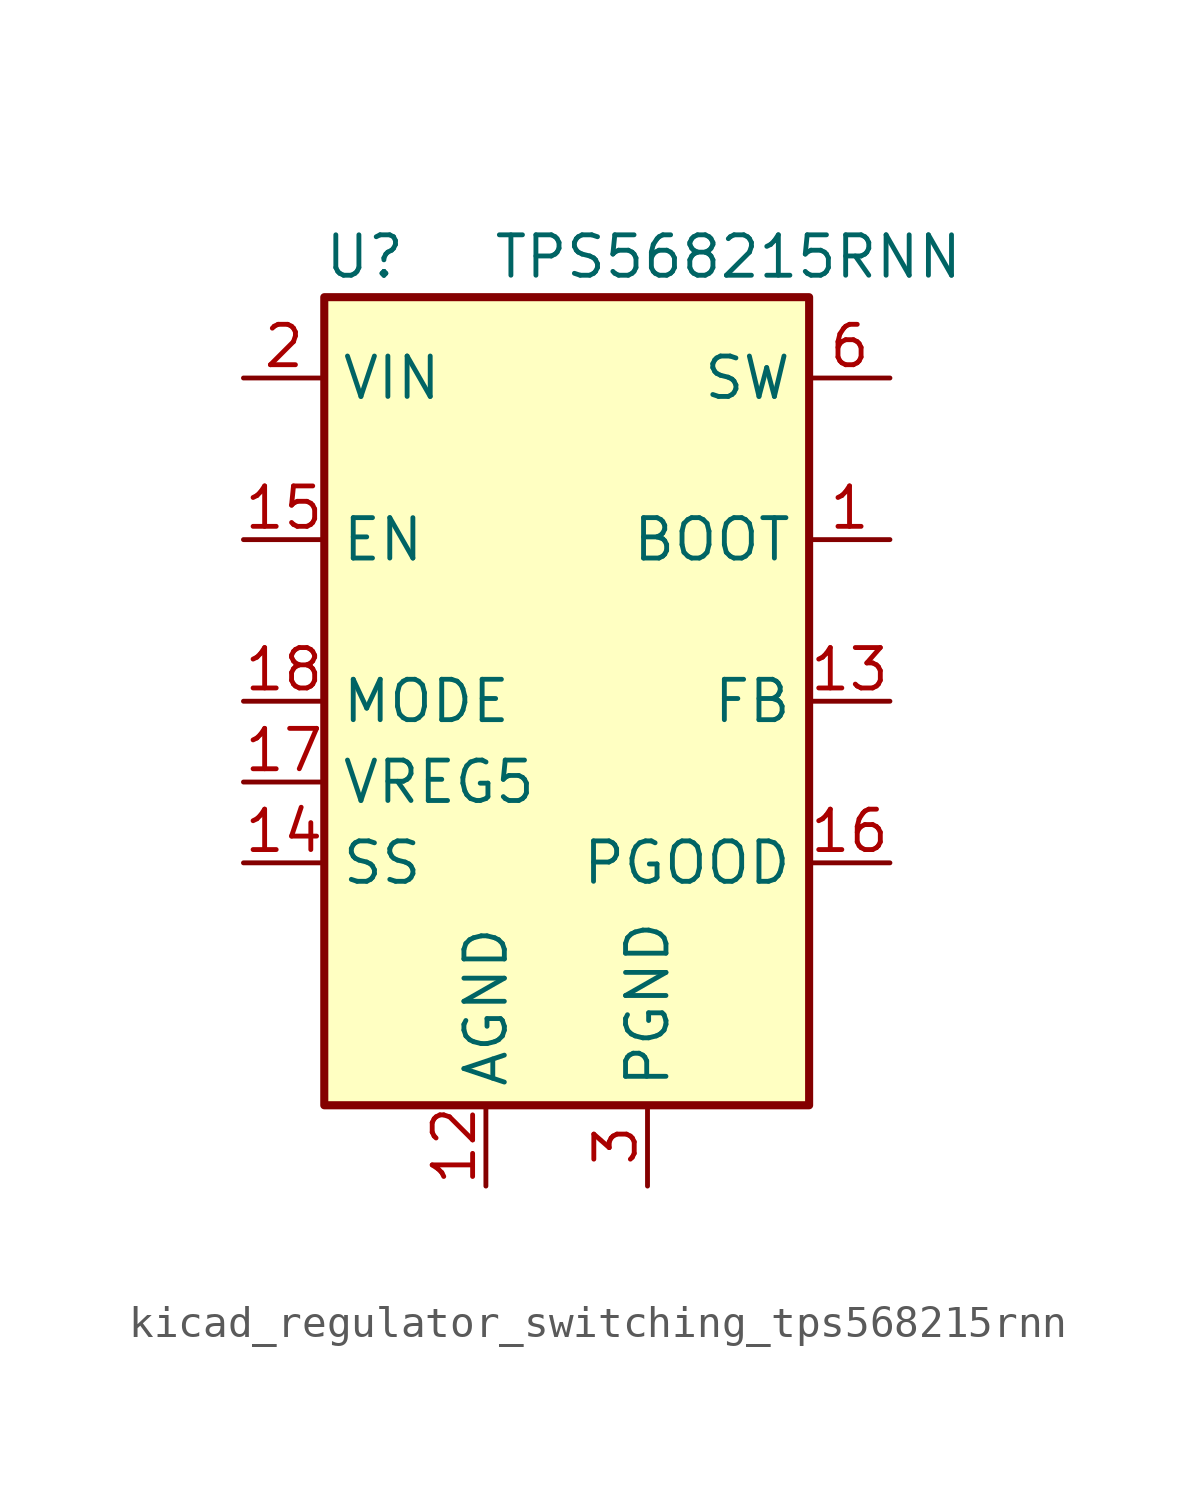
<source format=kicad_sym>
(kicad_symbol_lib
  (version 20220914)
  (generator kicad_symbol_editor)
  (symbol "kicad_regulator_switching_tps568215rnn"
    (property "Reference" "U"
      (at -6.35 13.97 0)
      (effects (font (size 1.27 1.27))))
    (property "Value" "TPS568215RNN"
      (at 5.08 13.97 0)
      (effects (font (size 1.27 1.27))))
    (symbol "kicad_regulator_switching_tps568215rnn_0_1"
      (rectangle (start -7.62 12.7) (end 7.62 -12.7) (stroke (width 0.254) (type default)) (fill (type background))))
    (symbol "kicad_regulator_switching_tps568215rnn_1_1"
      (pin passive line (at 10.16 5.08 180) (length 2.54) (name "BOOT" (effects (font (size 1.27 1.27)))) (number "1" (effects (font (size 1.27 1.27)))))
      (pin passive line (at 2.54 -15.24 90) (length 2.54) hide (name "PGND" (effects (font (size 1.27 1.27)))) (number "10" (effects (font (size 1.27 1.27)))))
      (pin passive line (at -10.16 10.16 0) (length 2.54) hide (name "VIN" (effects (font (size 1.27 1.27)))) (number "11" (effects (font (size 1.27 1.27)))))
      (pin power_in line (at -2.54 -15.24 90) (length 2.54) (name "AGND" (effects (font (size 1.27 1.27)))) (number "12" (effects (font (size 1.27 1.27)))))
      (pin input line (at 10.16 0 180) (length 2.54) (name "FB" (effects (font (size 1.27 1.27)))) (number "13" (effects (font (size 1.27 1.27)))))
      (pin passive line (at -10.16 -5.08 0) (length 2.54) (name "SS" (effects (font (size 1.27 1.27)))) (number "14" (effects (font (size 1.27 1.27)))))
      (pin input line (at -10.16 5.08 0) (length 2.54) (name "EN" (effects (font (size 1.27 1.27)))) (number "15" (effects (font (size 1.27 1.27)))))
      (pin open_collector line (at 10.16 -5.08 180) (length 2.54) (name "PGOOD" (effects (font (size 1.27 1.27)))) (number "16" (effects (font (size 1.27 1.27)))))
      (pin passive line (at -10.16 -2.54 0) (length 2.54) (name "VREG5" (effects (font (size 1.27 1.27)))) (number "17" (effects (font (size 1.27 1.27)))))
      (pin input line (at -10.16 0 0) (length 2.54) (name "MODE" (effects (font (size 1.27 1.27)))) (number "18" (effects (font (size 1.27 1.27)))))
      (pin power_in line (at -10.16 10.16 0) (length 2.54) (name "VIN" (effects (font (size 1.27 1.27)))) (number "2" (effects (font (size 1.27 1.27)))))
      (pin power_in line (at 2.54 -15.24 90) (length 2.54) (name "PGND" (effects (font (size 1.27 1.27)))) (number "3" (effects (font (size 1.27 1.27)))))
      (pin passive line (at 2.54 -15.24 90) (length 2.54) hide (name "PGND" (effects (font (size 1.27 1.27)))) (number "4" (effects (font (size 1.27 1.27)))))
      (pin passive line (at 2.54 -15.24 90) (length 2.54) hide (name "PGND" (effects (font (size 1.27 1.27)))) (number "5" (effects (font (size 1.27 1.27)))))
      (pin power_out line (at 10.16 10.16 180) (length 2.54) (name "SW" (effects (font (size 1.27 1.27)))) (number "6" (effects (font (size 1.27 1.27)))))
      (pin passive line (at 10.16 10.16 180) (length 2.54) hide (name "SW" (effects (font (size 1.27 1.27)))) (number "7" (effects (font (size 1.27 1.27)))))
      (pin passive line (at 2.54 -15.24 90) (length 2.54) hide (name "PGND" (effects (font (size 1.27 1.27)))) (number "8" (effects (font (size 1.27 1.27)))))
      (pin passive line (at 2.54 -15.24 90) (length 2.54) hide (name "PGND" (effects (font (size 1.27 1.27)))) (number "9" (effects (font (size 1.27 1.27))))))))
</source>
